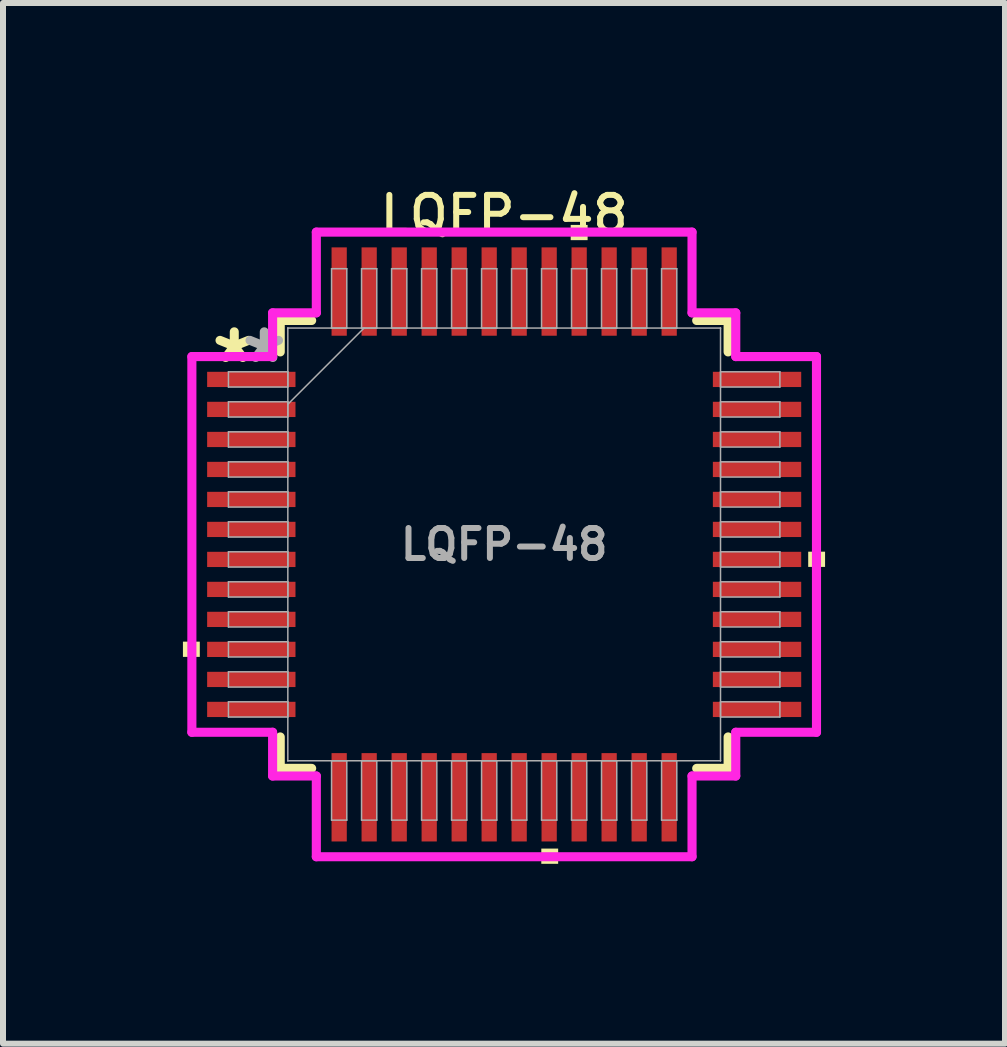
<source format=kicad_pcb>
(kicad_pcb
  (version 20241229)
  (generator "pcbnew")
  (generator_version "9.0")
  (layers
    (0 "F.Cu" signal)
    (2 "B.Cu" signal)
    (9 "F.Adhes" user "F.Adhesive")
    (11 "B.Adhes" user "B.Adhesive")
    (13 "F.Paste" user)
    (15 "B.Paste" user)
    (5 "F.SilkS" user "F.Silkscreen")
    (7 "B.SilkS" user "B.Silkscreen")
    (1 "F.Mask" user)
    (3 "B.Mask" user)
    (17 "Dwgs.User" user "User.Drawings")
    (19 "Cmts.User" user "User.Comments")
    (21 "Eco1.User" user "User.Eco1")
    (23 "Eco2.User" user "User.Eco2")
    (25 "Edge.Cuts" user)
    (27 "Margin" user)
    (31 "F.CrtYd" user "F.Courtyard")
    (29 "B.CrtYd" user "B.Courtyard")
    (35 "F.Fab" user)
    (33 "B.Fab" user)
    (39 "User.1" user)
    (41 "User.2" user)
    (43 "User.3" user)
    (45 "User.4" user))
  (footprint "LQFP-48"
    (layer "F.Cu")
    (at 5.356 6.027)
    (property "Reference" "LQFP-48" (at 0 -5.5 0) (layer "F.SilkS") (effects (font (size 0.6 0.6) (thickness 0.1) (bold yes))))
    (attr smd)
    (fp_line (start -3.734 -3.734) (end -3.734 -3.21) (stroke (width 0.152) (type solid)) (layer "F.SilkS"))
    (fp_line (start -3.734 3.21) (end -3.734 3.734) (stroke (width 0.152) (type solid)) (layer "F.SilkS"))
    (fp_line (start -3.734 3.734) (end -3.21 3.734) (stroke (width 0.152) (type solid)) (layer "F.SilkS"))
    (fp_line (start -3.21 -3.734) (end -3.734 -3.734) (stroke (width 0.152) (type solid)) (layer "F.SilkS"))
    (fp_line (start 3.21 3.734) (end 3.734 3.734) (stroke (width 0.152) (type solid)) (layer "F.SilkS"))
    (fp_line (start 3.734 -3.734) (end 3.21 -3.734) (stroke (width 0.152) (type solid)) (layer "F.SilkS"))
    (fp_line (start 3.734 -3.21) (end 3.734 -3.734) (stroke (width 0.152) (type solid)) (layer "F.SilkS"))
    (fp_line (start 3.734 3.734) (end 3.734 3.21) (stroke (width 0.152) (type solid)) (layer "F.SilkS"))
    (fp_rect (start -5.356 1.621) (end -5.075 1.875) (stroke (width 0) (type solid)) (fill yes) (layer "F.SilkS"))
    (fp_rect (start 0.619 5.071) (end 0.9 5.325) (stroke (width 0) (type solid)) (fill yes) (layer "F.SilkS"))
    (fp_rect (start 1.109 -5.327) (end 1.391 -5.073) (stroke (width 0) (type solid)) (fill yes) (layer "F.SilkS"))
    (fp_rect (start 5.069 0.121) (end 5.35 0.375) (stroke (width 0) (type solid)) (fill yes) (layer "F.SilkS"))
    (fp_line (start -5.207 -3.132) (end -3.861 -3.132) (stroke (width 0.152) (type solid)) (layer "F.CrtYd"))
    (fp_line (start -5.207 3.132) (end -5.207 -3.132) (stroke (width 0.152) (type solid)) (layer "F.CrtYd"))
    (fp_line (start -3.861 -3.861) (end -3.132 -3.861) (stroke (width 0.152) (type solid)) (layer "F.CrtYd"))
    (fp_line (start -3.861 -3.132) (end -3.861 -3.861) (stroke (width 0.152) (type solid)) (layer "F.CrtYd"))
    (fp_line (start -3.861 3.132) (end -5.207 3.132) (stroke (width 0.152) (type solid)) (layer "F.CrtYd"))
    (fp_line (start -3.861 3.861) (end -3.861 3.132) (stroke (width 0.152) (type solid)) (layer "F.CrtYd"))
    (fp_line (start -3.861 3.861) (end -3.132 3.861) (stroke (width 0.152) (type solid)) (layer "F.CrtYd"))
    (fp_line (start -3.132 -5.207) (end 3.132 -5.207) (stroke (width 0.152) (type solid)) (layer "F.CrtYd"))
    (fp_line (start -3.132 -3.861) (end -3.132 -5.207) (stroke (width 0.152) (type solid)) (layer "F.CrtYd"))
    (fp_line (start -3.132 3.861) (end -3.132 5.207) (stroke (width 0.152) (type solid)) (layer "F.CrtYd"))
    (fp_line (start -3.132 5.207) (end 3.132 5.207) (stroke (width 0.152) (type solid)) (layer "F.CrtYd"))
    (fp_line (start 3.132 -5.207) (end 3.132 -3.861) (stroke (width 0.152) (type solid)) (layer "F.CrtYd"))
    (fp_line (start 3.132 -3.861) (end 3.861 -3.861) (stroke (width 0.152) (type solid)) (layer "F.CrtYd"))
    (fp_line (start 3.132 3.861) (end 3.861 3.861) (stroke (width 0.152) (type solid)) (layer "F.CrtYd"))
    (fp_line (start 3.132 5.207) (end 3.132 3.861) (stroke (width 0.152) (type solid)) (layer "F.CrtYd"))
    (fp_line (start 3.861 -3.132) (end 3.861 -3.861) (stroke (width 0.152) (type solid)) (layer "F.CrtYd"))
    (fp_line (start 3.861 3.132) (end 5.207 3.132) (stroke (width 0.152) (type solid)) (layer "F.CrtYd"))
    (fp_line (start 3.861 3.861) (end 3.861 3.132) (stroke (width 0.152) (type solid)) (layer "F.CrtYd"))
    (fp_line (start 5.207 -3.132) (end 3.861 -3.132) (stroke (width 0.152) (type solid)) (layer "F.CrtYd"))
    (fp_line (start 5.207 3.132) (end 5.207 -3.132) (stroke (width 0.152) (type solid)) (layer "F.CrtYd"))
    (fp_line (start -4.597 -2.878) (end -4.597 -2.624) (stroke (width 0.025) (type solid)) (layer "F.Fab"))
    (fp_line (start -4.597 -2.624) (end -3.607 -2.624) (stroke (width 0.025) (type solid)) (layer "F.Fab"))
    (fp_line (start -4.597 -2.378) (end -4.597 -2.124) (stroke (width 0.025) (type solid)) (layer "F.Fab"))
    (fp_line (start -4.597 -2.124) (end -3.607 -2.124) (stroke (width 0.025) (type solid)) (layer "F.Fab"))
    (fp_line (start -4.597 -1.877) (end -4.597 -1.623) (stroke (width 0.025) (type solid)) (layer "F.Fab"))
    (fp_line (start -4.597 -1.623) (end -3.607 -1.623) (stroke (width 0.025) (type solid)) (layer "F.Fab"))
    (fp_line (start -4.597 -1.377) (end -4.597 -1.123) (stroke (width 0.025) (type solid)) (layer "F.Fab"))
    (fp_line (start -4.597 -1.123) (end -3.607 -1.123) (stroke (width 0.025) (type solid)) (layer "F.Fab"))
    (fp_line (start -4.597 -0.877) (end -4.597 -0.623) (stroke (width 0.025) (type solid)) (layer "F.Fab"))
    (fp_line (start -4.597 -0.623) (end -3.607 -0.623) (stroke (width 0.025) (type solid)) (layer "F.Fab"))
    (fp_line (start -4.597 -0.377) (end -4.597 -0.123) (stroke (width 0.025) (type solid)) (layer "F.Fab"))
    (fp_line (start -4.597 -0.123) (end -3.607 -0.123) (stroke (width 0.025) (type solid)) (layer "F.Fab"))
    (fp_line (start -4.597 0.123) (end -4.597 0.377) (stroke (width 0.025) (type solid)) (layer "F.Fab"))
    (fp_line (start -4.597 0.377) (end -3.607 0.377) (stroke (width 0.025) (type solid)) (layer "F.Fab"))
    (fp_line (start -4.597 0.623) (end -4.597 0.877) (stroke (width 0.025) (type solid)) (layer "F.Fab"))
    (fp_line (start -4.597 0.877) (end -3.607 0.877) (stroke (width 0.025) (type solid)) (layer "F.Fab"))
    (fp_line (start -4.597 1.123) (end -4.597 1.377) (stroke (width 0.025) (type solid)) (layer "F.Fab"))
    (fp_line (start -4.597 1.377) (end -3.607 1.377) (stroke (width 0.025) (type solid)) (layer "F.Fab"))
    (fp_line (start -4.597 1.623) (end -4.597 1.877) (stroke (width 0.025) (type solid)) (layer "F.Fab"))
    (fp_line (start -4.597 1.877) (end -3.607 1.877) (stroke (width 0.025) (type solid)) (layer "F.Fab"))
    (fp_line (start -4.597 2.124) (end -4.597 2.378) (stroke (width 0.025) (type solid)) (layer "F.Fab"))
    (fp_line (start -4.597 2.378) (end -3.607 2.378) (stroke (width 0.025) (type solid)) (layer "F.Fab"))
    (fp_line (start -4.597 2.624) (end -4.597 2.878) (stroke (width 0.025) (type solid)) (layer "F.Fab"))
    (fp_line (start -4.597 2.878) (end -3.607 2.878) (stroke (width 0.025) (type solid)) (layer "F.Fab"))
    (fp_line (start -3.607 -3.607) (end -3.607 -3.607) (stroke (width 0.025) (type solid)) (layer "F.Fab"))
    (fp_line (start -3.607 -3.607) (end -3.607 3.607) (stroke (width 0.025) (type solid)) (layer "F.Fab"))
    (fp_line (start -3.607 -2.878) (end -4.597 -2.878) (stroke (width 0.025) (type solid)) (layer "F.Fab"))
    (fp_line (start -3.607 -2.624) (end -3.607 -2.878) (stroke (width 0.025) (type solid)) (layer "F.Fab"))
    (fp_line (start -3.607 -2.378) (end -4.597 -2.378) (stroke (width 0.025) (type solid)) (layer "F.Fab"))
    (fp_line (start -3.607 -2.337) (end -2.337 -3.607) (stroke (width 0.025) (type solid)) (layer "F.Fab"))
    (fp_line (start -3.607 -2.124) (end -3.607 -2.378) (stroke (width 0.025) (type solid)) (layer "F.Fab"))
    (fp_line (start -3.607 -1.877) (end -4.597 -1.877) (stroke (width 0.025) (type solid)) (layer "F.Fab"))
    (fp_line (start -3.607 -1.623) (end -3.607 -1.877) (stroke (width 0.025) (type solid)) (layer "F.Fab"))
    (fp_line (start -3.607 -1.377) (end -4.597 -1.377) (stroke (width 0.025) (type solid)) (layer "F.Fab"))
    (fp_line (start -3.607 -1.123) (end -3.607 -1.377) (stroke (width 0.025) (type solid)) (layer "F.Fab"))
    (fp_line (start -3.607 -0.877) (end -4.597 -0.877) (stroke (width 0.025) (type solid)) (layer "F.Fab"))
    (fp_line (start -3.607 -0.623) (end -3.607 -0.877) (stroke (width 0.025) (type solid)) (layer "F.Fab"))
    (fp_line (start -3.607 -0.377) (end -4.597 -0.377) (stroke (width 0.025) (type solid)) (layer "F.Fab"))
    (fp_line (start -3.607 -0.123) (end -3.607 -0.377) (stroke (width 0.025) (type solid)) (layer "F.Fab"))
    (fp_line (start -3.607 0.123) (end -4.597 0.123) (stroke (width 0.025) (type solid)) (layer "F.Fab"))
    (fp_line (start -3.607 0.377) (end -3.607 0.123) (stroke (width 0.025) (type solid)) (layer "F.Fab"))
    (fp_line (start -3.607 0.623) (end -4.597 0.623) (stroke (width 0.025) (type solid)) (layer "F.Fab"))
    (fp_line (start -3.607 0.877) (end -3.607 0.623) (stroke (width 0.025) (type solid)) (layer "F.Fab"))
    (fp_line (start -3.607 1.123) (end -4.597 1.123) (stroke (width 0.025) (type solid)) (layer "F.Fab"))
    (fp_line (start -3.607 1.377) (end -3.607 1.123) (stroke (width 0.025) (type solid)) (layer "F.Fab"))
    (fp_line (start -3.607 1.623) (end -4.597 1.623) (stroke (width 0.025) (type solid)) (layer "F.Fab"))
    (fp_line (start -3.607 1.877) (end -3.607 1.623) (stroke (width 0.025) (type solid)) (layer "F.Fab"))
    (fp_line (start -3.607 2.124) (end -4.597 2.124) (stroke (width 0.025) (type solid)) (layer "F.Fab"))
    (fp_line (start -3.607 2.378) (end -3.607 2.124) (stroke (width 0.025) (type solid)) (layer "F.Fab"))
    (fp_line (start -3.607 2.624) (end -4.597 2.624) (stroke (width 0.025) (type solid)) (layer "F.Fab"))
    (fp_line (start -3.607 2.878) (end -3.607 2.624) (stroke (width 0.025) (type solid)) (layer "F.Fab"))
    (fp_line (start -3.607 3.607) (end -3.607 3.607) (stroke (width 0.025) (type solid)) (layer "F.Fab"))
    (fp_line (start -3.607 3.607) (end 3.607 3.607) (stroke (width 0.025) (type solid)) (layer "F.Fab"))
    (fp_line (start -2.878 -4.597) (end -2.878 -3.607) (stroke (width 0.025) (type solid)) (layer "F.Fab"))
    (fp_line (start -2.878 -3.607) (end -2.624 -3.607) (stroke (width 0.025) (type solid)) (layer "F.Fab"))
    (fp_line (start -2.878 3.607) (end -2.878 4.597) (stroke (width 0.025) (type solid)) (layer "F.Fab"))
    (fp_line (start -2.878 4.597) (end -2.624 4.597) (stroke (width 0.025) (type solid)) (layer "F.Fab"))
    (fp_line (start -2.624 -4.597) (end -2.878 -4.597) (stroke (width 0.025) (type solid)) (layer "F.Fab"))
    (fp_line (start -2.624 -3.607) (end -2.624 -4.597) (stroke (width 0.025) (type solid)) (layer "F.Fab"))
    (fp_line (start -2.624 3.607) (end -2.878 3.607) (stroke (width 0.025) (type solid)) (layer "F.Fab"))
    (fp_line (start -2.624 4.597) (end -2.624 3.607) (stroke (width 0.025) (type solid)) (layer "F.Fab"))
    (fp_line (start -2.378 -4.597) (end -2.378 -3.607) (stroke (width 0.025) (type solid)) (layer "F.Fab"))
    (fp_line (start -2.378 -3.607) (end -2.124 -3.607) (stroke (width 0.025) (type solid)) (layer "F.Fab"))
    (fp_line (start -2.378 3.607) (end -2.378 4.597) (stroke (width 0.025) (type solid)) (layer "F.Fab"))
    (fp_line (start -2.378 4.597) (end -2.124 4.597) (stroke (width 0.025) (type solid)) (layer "F.Fab"))
    (fp_line (start -2.124 -4.597) (end -2.378 -4.597) (stroke (width 0.025) (type solid)) (layer "F.Fab"))
    (fp_line (start -2.124 -3.607) (end -2.124 -4.597) (stroke (width 0.025) (type solid)) (layer "F.Fab"))
    (fp_line (start -2.124 3.607) (end -2.378 3.607) (stroke (width 0.025) (type solid)) (layer "F.Fab"))
    (fp_line (start -2.124 4.597) (end -2.124 3.607) (stroke (width 0.025) (type solid)) (layer "F.Fab"))
    (fp_line (start -1.877 -4.597) (end -1.877 -3.607) (stroke (width 0.025) (type solid)) (layer "F.Fab"))
    (fp_line (start -1.877 -3.607) (end -1.623 -3.607) (stroke (width 0.025) (type solid)) (layer "F.Fab"))
    (fp_line (start -1.877 3.607) (end -1.877 4.597) (stroke (width 0.025) (type solid)) (layer "F.Fab"))
    (fp_line (start -1.877 4.597) (end -1.623 4.597) (stroke (width 0.025) (type solid)) (layer "F.Fab"))
    (fp_line (start -1.623 -4.597) (end -1.877 -4.597) (stroke (width 0.025) (type solid)) (layer "F.Fab"))
    (fp_line (start -1.623 -3.607) (end -1.623 -4.597) (stroke (width 0.025) (type solid)) (layer "F.Fab"))
    (fp_line (start -1.623 3.607) (end -1.877 3.607) (stroke (width 0.025) (type solid)) (layer "F.Fab"))
    (fp_line (start -1.623 4.597) (end -1.623 3.607) (stroke (width 0.025) (type solid)) (layer "F.Fab"))
    (fp_line (start -1.377 -4.597) (end -1.377 -3.607) (stroke (width 0.025) (type solid)) (layer "F.Fab"))
    (fp_line (start -1.377 -3.607) (end -1.123 -3.607) (stroke (width 0.025) (type solid)) (layer "F.Fab"))
    (fp_line (start -1.377 3.607) (end -1.377 4.597) (stroke (width 0.025) (type solid)) (layer "F.Fab"))
    (fp_line (start -1.377 4.597) (end -1.123 4.597) (stroke (width 0.025) (type solid)) (layer "F.Fab"))
    (fp_line (start -1.123 -4.597) (end -1.377 -4.597) (stroke (width 0.025) (type solid)) (layer "F.Fab"))
    (fp_line (start -1.123 -3.607) (end -1.123 -4.597) (stroke (width 0.025) (type solid)) (layer "F.Fab"))
    (fp_line (start -1.123 3.607) (end -1.377 3.607) (stroke (width 0.025) (type solid)) (layer "F.Fab"))
    (fp_line (start -1.123 4.597) (end -1.123 3.607) (stroke (width 0.025) (type solid)) (layer "F.Fab"))
    (fp_line (start -0.877 -4.597) (end -0.877 -3.607) (stroke (width 0.025) (type solid)) (layer "F.Fab"))
    (fp_line (start -0.877 -3.607) (end -0.623 -3.607) (stroke (width 0.025) (type solid)) (layer "F.Fab"))
    (fp_line (start -0.877 3.607) (end -0.877 4.597) (stroke (width 0.025) (type solid)) (layer "F.Fab"))
    (fp_line (start -0.877 4.597) (end -0.623 4.597) (stroke (width 0.025) (type solid)) (layer "F.Fab"))
    (fp_line (start -0.623 -4.597) (end -0.877 -4.597) (stroke (width 0.025) (type solid)) (layer "F.Fab"))
    (fp_line (start -0.623 -3.607) (end -0.623 -4.597) (stroke (width 0.025) (type solid)) (layer "F.Fab"))
    (fp_line (start -0.623 3.607) (end -0.877 3.607) (stroke (width 0.025) (type solid)) (layer "F.Fab"))
    (fp_line (start -0.623 4.597) (end -0.623 3.607) (stroke (width 0.025) (type solid)) (layer "F.Fab"))
    (fp_line (start -0.377 -4.597) (end -0.377 -3.607) (stroke (width 0.025) (type solid)) (layer "F.Fab"))
    (fp_line (start -0.377 -3.607) (end -0.123 -3.607) (stroke (width 0.025) (type solid)) (layer "F.Fab"))
    (fp_line (start -0.377 3.607) (end -0.377 4.597) (stroke (width 0.025) (type solid)) (layer "F.Fab"))
    (fp_line (start -0.377 4.597) (end -0.123 4.597) (stroke (width 0.025) (type solid)) (layer "F.Fab"))
    (fp_line (start -0.123 -4.597) (end -0.377 -4.597) (stroke (width 0.025) (type solid)) (layer "F.Fab"))
    (fp_line (start -0.123 -3.607) (end -0.123 -4.597) (stroke (width 0.025) (type solid)) (layer "F.Fab"))
    (fp_line (start -0.123 3.607) (end -0.377 3.607) (stroke (width 0.025) (type solid)) (layer "F.Fab"))
    (fp_line (start -0.123 4.597) (end -0.123 3.607) (stroke (width 0.025) (type solid)) (layer "F.Fab"))
    (fp_line (start 0.123 -4.597) (end 0.123 -3.607) (stroke (width 0.025) (type solid)) (layer "F.Fab"))
    (fp_line (start 0.123 -3.607) (end 0.377 -3.607) (stroke (width 0.025) (type solid)) (layer "F.Fab"))
    (fp_line (start 0.123 3.607) (end 0.123 4.597) (stroke (width 0.025) (type solid)) (layer "F.Fab"))
    (fp_line (start 0.123 4.597) (end 0.377 4.597) (stroke (width 0.025) (type solid)) (layer "F.Fab"))
    (fp_line (start 0.377 -4.597) (end 0.123 -4.597) (stroke (width 0.025) (type solid)) (layer "F.Fab"))
    (fp_line (start 0.377 -3.607) (end 0.377 -4.597) (stroke (width 0.025) (type solid)) (layer "F.Fab"))
    (fp_line (start 0.377 3.607) (end 0.123 3.607) (stroke (width 0.025) (type solid)) (layer "F.Fab"))
    (fp_line (start 0.377 4.597) (end 0.377 3.607) (stroke (width 0.025) (type solid)) (layer "F.Fab"))
    (fp_line (start 0.623 -4.597) (end 0.623 -3.607) (stroke (width 0.025) (type solid)) (layer "F.Fab"))
    (fp_line (start 0.623 -3.607) (end 0.877 -3.607) (stroke (width 0.025) (type solid)) (layer "F.Fab"))
    (fp_line (start 0.623 3.607) (end 0.623 4.597) (stroke (width 0.025) (type solid)) (layer "F.Fab"))
    (fp_line (start 0.623 4.597) (end 0.877 4.597) (stroke (width 0.025) (type solid)) (layer "F.Fab"))
    (fp_line (start 0.877 -4.597) (end 0.623 -4.597) (stroke (width 0.025) (type solid)) (layer "F.Fab"))
    (fp_line (start 0.877 -3.607) (end 0.877 -4.597) (stroke (width 0.025) (type solid)) (layer "F.Fab"))
    (fp_line (start 0.877 3.607) (end 0.623 3.607) (stroke (width 0.025) (type solid)) (layer "F.Fab"))
    (fp_line (start 0.877 4.597) (end 0.877 3.607) (stroke (width 0.025) (type solid)) (layer "F.Fab"))
    (fp_line (start 1.123 -4.597) (end 1.123 -3.607) (stroke (width 0.025) (type solid)) (layer "F.Fab"))
    (fp_line (start 1.123 -3.607) (end 1.377 -3.607) (stroke (width 0.025) (type solid)) (layer "F.Fab"))
    (fp_line (start 1.123 3.607) (end 1.123 4.597) (stroke (width 0.025) (type solid)) (layer "F.Fab"))
    (fp_line (start 1.123 4.597) (end 1.377 4.597) (stroke (width 0.025) (type solid)) (layer "F.Fab"))
    (fp_line (start 1.377 -4.597) (end 1.123 -4.597) (stroke (width 0.025) (type solid)) (layer "F.Fab"))
    (fp_line (start 1.377 -3.607) (end 1.377 -4.597) (stroke (width 0.025) (type solid)) (layer "F.Fab"))
    (fp_line (start 1.377 3.607) (end 1.123 3.607) (stroke (width 0.025) (type solid)) (layer "F.Fab"))
    (fp_line (start 1.377 4.597) (end 1.377 3.607) (stroke (width 0.025) (type solid)) (layer "F.Fab"))
    (fp_line (start 1.623 -4.597) (end 1.623 -3.607) (stroke (width 0.025) (type solid)) (layer "F.Fab"))
    (fp_line (start 1.623 -3.607) (end 1.877 -3.607) (stroke (width 0.025) (type solid)) (layer "F.Fab"))
    (fp_line (start 1.623 3.607) (end 1.623 4.597) (stroke (width 0.025) (type solid)) (layer "F.Fab"))
    (fp_line (start 1.623 4.597) (end 1.877 4.597) (stroke (width 0.025) (type solid)) (layer "F.Fab"))
    (fp_line (start 1.877 -4.597) (end 1.623 -4.597) (stroke (width 0.025) (type solid)) (layer "F.Fab"))
    (fp_line (start 1.877 -3.607) (end 1.877 -4.597) (stroke (width 0.025) (type solid)) (layer "F.Fab"))
    (fp_line (start 1.877 3.607) (end 1.623 3.607) (stroke (width 0.025) (type solid)) (layer "F.Fab"))
    (fp_line (start 1.877 4.597) (end 1.877 3.607) (stroke (width 0.025) (type solid)) (layer "F.Fab"))
    (fp_line (start 2.124 -4.597) (end 2.124 -3.607) (stroke (width 0.025) (type solid)) (layer "F.Fab"))
    (fp_line (start 2.124 -3.607) (end 2.378 -3.607) (stroke (width 0.025) (type solid)) (layer "F.Fab"))
    (fp_line (start 2.124 3.607) (end 2.124 4.597) (stroke (width 0.025) (type solid)) (layer "F.Fab"))
    (fp_line (start 2.124 4.597) (end 2.378 4.597) (stroke (width 0.025) (type solid)) (layer "F.Fab"))
    (fp_line (start 2.378 -4.597) (end 2.124 -4.597) (stroke (width 0.025) (type solid)) (layer "F.Fab"))
    (fp_line (start 2.378 -3.607) (end 2.378 -4.597) (stroke (width 0.025) (type solid)) (layer "F.Fab"))
    (fp_line (start 2.378 3.607) (end 2.124 3.607) (stroke (width 0.025) (type solid)) (layer "F.Fab"))
    (fp_line (start 2.378 4.597) (end 2.378 3.607) (stroke (width 0.025) (type solid)) (layer "F.Fab"))
    (fp_line (start 2.624 -4.597) (end 2.624 -3.607) (stroke (width 0.025) (type solid)) (layer "F.Fab"))
    (fp_line (start 2.624 -3.607) (end 2.878 -3.607) (stroke (width 0.025) (type solid)) (layer "F.Fab"))
    (fp_line (start 2.624 3.607) (end 2.624 4.597) (stroke (width 0.025) (type solid)) (layer "F.Fab"))
    (fp_line (start 2.624 4.597) (end 2.878 4.597) (stroke (width 0.025) (type solid)) (layer "F.Fab"))
    (fp_line (start 2.878 -4.597) (end 2.624 -4.597) (stroke (width 0.025) (type solid)) (layer "F.Fab"))
    (fp_line (start 2.878 -3.607) (end 2.878 -4.597) (stroke (width 0.025) (type solid)) (layer "F.Fab"))
    (fp_line (start 2.878 3.607) (end 2.624 3.607) (stroke (width 0.025) (type solid)) (layer "F.Fab"))
    (fp_line (start 2.878 4.597) (end 2.878 3.607) (stroke (width 0.025) (type solid)) (layer "F.Fab"))
    (fp_line (start 3.607 -3.607) (end -3.607 -3.607) (stroke (width 0.025) (type solid)) (layer "F.Fab"))
    (fp_line (start 3.607 -3.607) (end 3.607 -3.607) (stroke (width 0.025) (type solid)) (layer "F.Fab"))
    (fp_line (start 3.607 -2.878) (end 3.607 -2.624) (stroke (width 0.025) (type solid)) (layer "F.Fab"))
    (fp_line (start 3.607 -2.624) (end 4.597 -2.624) (stroke (width 0.025) (type solid)) (layer "F.Fab"))
    (fp_line (start 3.607 -2.378) (end 3.607 -2.124) (stroke (width 0.025) (type solid)) (layer "F.Fab"))
    (fp_line (start 3.607 -2.124) (end 4.597 -2.124) (stroke (width 0.025) (type solid)) (layer "F.Fab"))
    (fp_line (start 3.607 -1.877) (end 3.607 -1.623) (stroke (width 0.025) (type solid)) (layer "F.Fab"))
    (fp_line (start 3.607 -1.623) (end 4.597 -1.623) (stroke (width 0.025) (type solid)) (layer "F.Fab"))
    (fp_line (start 3.607 -1.377) (end 3.607 -1.123) (stroke (width 0.025) (type solid)) (layer "F.Fab"))
    (fp_line (start 3.607 -1.123) (end 4.597 -1.123) (stroke (width 0.025) (type solid)) (layer "F.Fab"))
    (fp_line (start 3.607 -0.877) (end 3.607 -0.623) (stroke (width 0.025) (type solid)) (layer "F.Fab"))
    (fp_line (start 3.607 -0.623) (end 4.597 -0.623) (stroke (width 0.025) (type solid)) (layer "F.Fab"))
    (fp_line (start 3.607 -0.377) (end 3.607 -0.123) (stroke (width 0.025) (type solid)) (layer "F.Fab"))
    (fp_line (start 3.607 -0.123) (end 4.597 -0.123) (stroke (width 0.025) (type solid)) (layer "F.Fab"))
    (fp_line (start 3.607 0.123) (end 3.607 0.377) (stroke (width 0.025) (type solid)) (layer "F.Fab"))
    (fp_line (start 3.607 0.377) (end 4.597 0.377) (stroke (width 0.025) (type solid)) (layer "F.Fab"))
    (fp_line (start 3.607 0.623) (end 3.607 0.877) (stroke (width 0.025) (type solid)) (layer "F.Fab"))
    (fp_line (start 3.607 0.877) (end 4.597 0.877) (stroke (width 0.025) (type solid)) (layer "F.Fab"))
    (fp_line (start 3.607 1.123) (end 3.607 1.377) (stroke (width 0.025) (type solid)) (layer "F.Fab"))
    (fp_line (start 3.607 1.377) (end 4.597 1.377) (stroke (width 0.025) (type solid)) (layer "F.Fab"))
    (fp_line (start 3.607 1.623) (end 3.607 1.877) (stroke (width 0.025) (type solid)) (layer "F.Fab"))
    (fp_line (start 3.607 1.877) (end 4.597 1.877) (stroke (width 0.025) (type solid)) (layer "F.Fab"))
    (fp_line (start 3.607 2.124) (end 3.607 2.378) (stroke (width 0.025) (type solid)) (layer "F.Fab"))
    (fp_line (start 3.607 2.378) (end 4.597 2.378) (stroke (width 0.025) (type solid)) (layer "F.Fab"))
    (fp_line (start 3.607 2.624) (end 3.607 2.878) (stroke (width 0.025) (type solid)) (layer "F.Fab"))
    (fp_line (start 3.607 2.878) (end 4.597 2.878) (stroke (width 0.025) (type solid)) (layer "F.Fab"))
    (fp_line (start 3.607 3.607) (end 3.607 -3.607) (stroke (width 0.025) (type solid)) (layer "F.Fab"))
    (fp_line (start 3.607 3.607) (end 3.607 3.607) (stroke (width 0.025) (type solid)) (layer "F.Fab"))
    (fp_line (start 4.597 -2.878) (end 3.607 -2.878) (stroke (width 0.025) (type solid)) (layer "F.Fab"))
    (fp_line (start 4.597 -2.624) (end 4.597 -2.878) (stroke (width 0.025) (type solid)) (layer "F.Fab"))
    (fp_line (start 4.597 -2.378) (end 3.607 -2.378) (stroke (width 0.025) (type solid)) (layer "F.Fab"))
    (fp_line (start 4.597 -2.124) (end 4.597 -2.378) (stroke (width 0.025) (type solid)) (layer "F.Fab"))
    (fp_line (start 4.597 -1.877) (end 3.607 -1.877) (stroke (width 0.025) (type solid)) (layer "F.Fab"))
    (fp_line (start 4.597 -1.623) (end 4.597 -1.877) (stroke (width 0.025) (type solid)) (layer "F.Fab"))
    (fp_line (start 4.597 -1.377) (end 3.607 -1.377) (stroke (width 0.025) (type solid)) (layer "F.Fab"))
    (fp_line (start 4.597 -1.123) (end 4.597 -1.377) (stroke (width 0.025) (type solid)) (layer "F.Fab"))
    (fp_line (start 4.597 -0.877) (end 3.607 -0.877) (stroke (width 0.025) (type solid)) (layer "F.Fab"))
    (fp_line (start 4.597 -0.623) (end 4.597 -0.877) (stroke (width 0.025) (type solid)) (layer "F.Fab"))
    (fp_line (start 4.597 -0.377) (end 3.607 -0.377) (stroke (width 0.025) (type solid)) (layer "F.Fab"))
    (fp_line (start 4.597 -0.123) (end 4.597 -0.377) (stroke (width 0.025) (type solid)) (layer "F.Fab"))
    (fp_line (start 4.597 0.123) (end 3.607 0.123) (stroke (width 0.025) (type solid)) (layer "F.Fab"))
    (fp_line (start 4.597 0.377) (end 4.597 0.123) (stroke (width 0.025) (type solid)) (layer "F.Fab"))
    (fp_line (start 4.597 0.623) (end 3.607 0.623) (stroke (width 0.025) (type solid)) (layer "F.Fab"))
    (fp_line (start 4.597 0.877) (end 4.597 0.623) (stroke (width 0.025) (type solid)) (layer "F.Fab"))
    (fp_line (start 4.597 1.123) (end 3.607 1.123) (stroke (width 0.025) (type solid)) (layer "F.Fab"))
    (fp_line (start 4.597 1.377) (end 4.597 1.123) (stroke (width 0.025) (type solid)) (layer "F.Fab"))
    (fp_line (start 4.597 1.623) (end 3.607 1.623) (stroke (width 0.025) (type solid)) (layer "F.Fab"))
    (fp_line (start 4.597 1.877) (end 4.597 1.623) (stroke (width 0.025) (type solid)) (layer "F.Fab"))
    (fp_line (start 4.597 2.124) (end 3.607 2.124) (stroke (width 0.025) (type solid)) (layer "F.Fab"))
    (fp_line (start 4.597 2.378) (end 4.597 2.124) (stroke (width 0.025) (type solid)) (layer "F.Fab"))
    (fp_line (start 4.597 2.624) (end 3.607 2.624) (stroke (width 0.025) (type solid)) (layer "F.Fab"))
    (fp_line (start 4.597 2.878) (end 4.597 2.624) (stroke (width 0.025) (type solid)) (layer "F.Fab"))
    (fp_text user "*" (at -4.5 -3 0) (unlocked yes) (layer "F.SilkS") (effects (font (size 1 1) (thickness 0.15))))
    (fp_text user "${REFERENCE}" (at 0 0 0) (layer "F.Fab") (effects (font (size 0.5 0.5) (thickness 0.1) (bold yes))))
    (fp_text user "*" (at -4 -3 0) (layer "F.Fab") (effects (font (size 1 1) (thickness 0.15))))
    (pad "1" smd rect (at -4.216 -2.751 90) (size 0.254 1.473) (layers "F.Cu" "F.Mask" "F.Paste"))
    (pad "2" smd rect (at -4.216 -2.251 90) (size 0.254 1.473) (layers "F.Cu" "F.Mask" "F.Paste"))
    (pad "3" smd rect (at -4.216 -1.75 90) (size 0.254 1.473) (layers "F.Cu" "F.Mask" "F.Paste"))
    (pad "4" smd rect (at -4.216 -1.25 90) (size 0.254 1.473) (layers "F.Cu" "F.Mask" "F.Paste"))
    (pad "5" smd rect (at -4.216 -0.75 90) (size 0.254 1.473) (layers "F.Cu" "F.Mask" "F.Paste"))
    (pad "6" smd rect (at -4.216 -0.25 90) (size 0.254 1.473) (layers "F.Cu" "F.Mask" "F.Paste"))
    (pad "7" smd rect (at -4.216 0.25 90) (size 0.254 1.473) (layers "F.Cu" "F.Mask" "F.Paste"))
    (pad "8" smd rect (at -4.216 0.75 90) (size 0.254 1.473) (layers "F.Cu" "F.Mask" "F.Paste"))
    (pad "9" smd rect (at -4.216 1.25 90) (size 0.254 1.473) (layers "F.Cu" "F.Mask" "F.Paste"))
    (pad "10" smd rect (at -4.216 1.75 90) (size 0.254 1.473) (layers "F.Cu" "F.Mask" "F.Paste"))
    (pad "11" smd rect (at -4.216 2.251 90) (size 0.254 1.473) (layers "F.Cu" "F.Mask" "F.Paste"))
    (pad "12" smd rect (at -4.216 2.751 90) (size 0.254 1.473) (layers "F.Cu" "F.Mask" "F.Paste"))
    (pad "13" smd rect (at -2.751 4.216) (size 0.254 1.473) (layers "F.Cu" "F.Mask" "F.Paste"))
    (pad "14" smd rect (at -2.251 4.216) (size 0.254 1.473) (layers "F.Cu" "F.Mask" "F.Paste"))
    (pad "15" smd rect (at -1.75 4.216) (size 0.254 1.473) (layers "F.Cu" "F.Mask" "F.Paste"))
    (pad "16" smd rect (at -1.25 4.216) (size 0.254 1.473) (layers "F.Cu" "F.Mask" "F.Paste"))
    (pad "17" smd rect (at -0.75 4.216) (size 0.254 1.473) (layers "F.Cu" "F.Mask" "F.Paste"))
    (pad "18" smd rect (at -0.25 4.216) (size 0.254 1.473) (layers "F.Cu" "F.Mask" "F.Paste"))
    (pad "19" smd rect (at 0.25 4.216) (size 0.254 1.473) (layers "F.Cu" "F.Mask" "F.Paste"))
    (pad "20" smd rect (at 0.75 4.216) (size 0.254 1.473) (layers "F.Cu" "F.Mask" "F.Paste"))
    (pad "21" smd rect (at 1.25 4.216) (size 0.254 1.473) (layers "F.Cu" "F.Mask" "F.Paste"))
    (pad "22" smd rect (at 1.75 4.216) (size 0.254 1.473) (layers "F.Cu" "F.Mask" "F.Paste"))
    (pad "23" smd rect (at 2.251 4.216) (size 0.254 1.473) (layers "F.Cu" "F.Mask" "F.Paste"))
    (pad "24" smd rect (at 2.751 4.216) (size 0.254 1.473) (layers "F.Cu" "F.Mask" "F.Paste"))
    (pad "25" smd rect (at 4.216 2.751 90) (size 0.254 1.473) (layers "F.Cu" "F.Mask" "F.Paste"))
    (pad "26" smd rect (at 4.216 2.251 90) (size 0.254 1.473) (layers "F.Cu" "F.Mask" "F.Paste"))
    (pad "27" smd rect (at 4.216 1.75 90) (size 0.254 1.473) (layers "F.Cu" "F.Mask" "F.Paste"))
    (pad "28" smd rect (at 4.216 1.25 90) (size 0.254 1.473) (layers "F.Cu" "F.Mask" "F.Paste"))
    (pad "29" smd rect (at 4.216 0.75 90) (size 0.254 1.473) (layers "F.Cu" "F.Mask" "F.Paste"))
    (pad "30" smd rect (at 4.216 0.25 90) (size 0.254 1.473) (layers "F.Cu" "F.Mask" "F.Paste"))
    (pad "31" smd rect (at 4.216 -0.25 90) (size 0.254 1.473) (layers "F.Cu" "F.Mask" "F.Paste"))
    (pad "32" smd rect (at 4.216 -0.75 90) (size 0.254 1.473) (layers "F.Cu" "F.Mask" "F.Paste"))
    (pad "33" smd rect (at 4.216 -1.25 90) (size 0.254 1.473) (layers "F.Cu" "F.Mask" "F.Paste"))
    (pad "34" smd rect (at 4.216 -1.75 90) (size 0.254 1.473) (layers "F.Cu" "F.Mask" "F.Paste"))
    (pad "35" smd rect (at 4.216 -2.251 90) (size 0.254 1.473) (layers "F.Cu" "F.Mask" "F.Paste"))
    (pad "36" smd rect (at 4.216 -2.751 90) (size 0.254 1.473) (layers "F.Cu" "F.Mask" "F.Paste"))
    (pad "37" smd rect (at 2.751 -4.216) (size 0.254 1.473) (layers "F.Cu" "F.Mask" "F.Paste"))
    (pad "38" smd rect (at 2.251 -4.216) (size 0.254 1.473) (layers "F.Cu" "F.Mask" "F.Paste"))
    (pad "39" smd rect (at 1.75 -4.216) (size 0.254 1.473) (layers "F.Cu" "F.Mask" "F.Paste"))
    (pad "40" smd rect (at 1.25 -4.216) (size 0.254 1.473) (layers "F.Cu" "F.Mask" "F.Paste"))
    (pad "41" smd rect (at 0.75 -4.216) (size 0.254 1.473) (layers "F.Cu" "F.Mask" "F.Paste"))
    (pad "42" smd rect (at 0.25 -4.216) (size 0.254 1.473) (layers "F.Cu" "F.Mask" "F.Paste"))
    (pad "43" smd rect (at -0.25 -4.216) (size 0.254 1.473) (layers "F.Cu" "F.Mask" "F.Paste"))
    (pad "44" smd rect (at -0.75 -4.216) (size 0.254 1.473) (layers "F.Cu" "F.Mask" "F.Paste"))
    (pad "45" smd rect (at -1.25 -4.216) (size 0.254 1.473) (layers "F.Cu" "F.Mask" "F.Paste"))
    (pad "46" smd rect (at -1.75 -4.216) (size 0.254 1.473) (layers "F.Cu" "F.Mask" "F.Paste"))
    (pad "47" smd rect (at -2.251 -4.216) (size 0.254 1.473) (layers "F.Cu" "F.Mask" "F.Paste"))
    (pad "48" smd rect (at -2.751 -4.216) (size 0.254 1.473) (layers "F.Cu" "F.Mask" "F.Paste")))
  (gr_rect
    (start -3 -3)
    (end 13.706 14.351)
    (stroke (width 0.1) (type default))
    (fill no)
    (layer "Edge.Cuts")))
</source>
